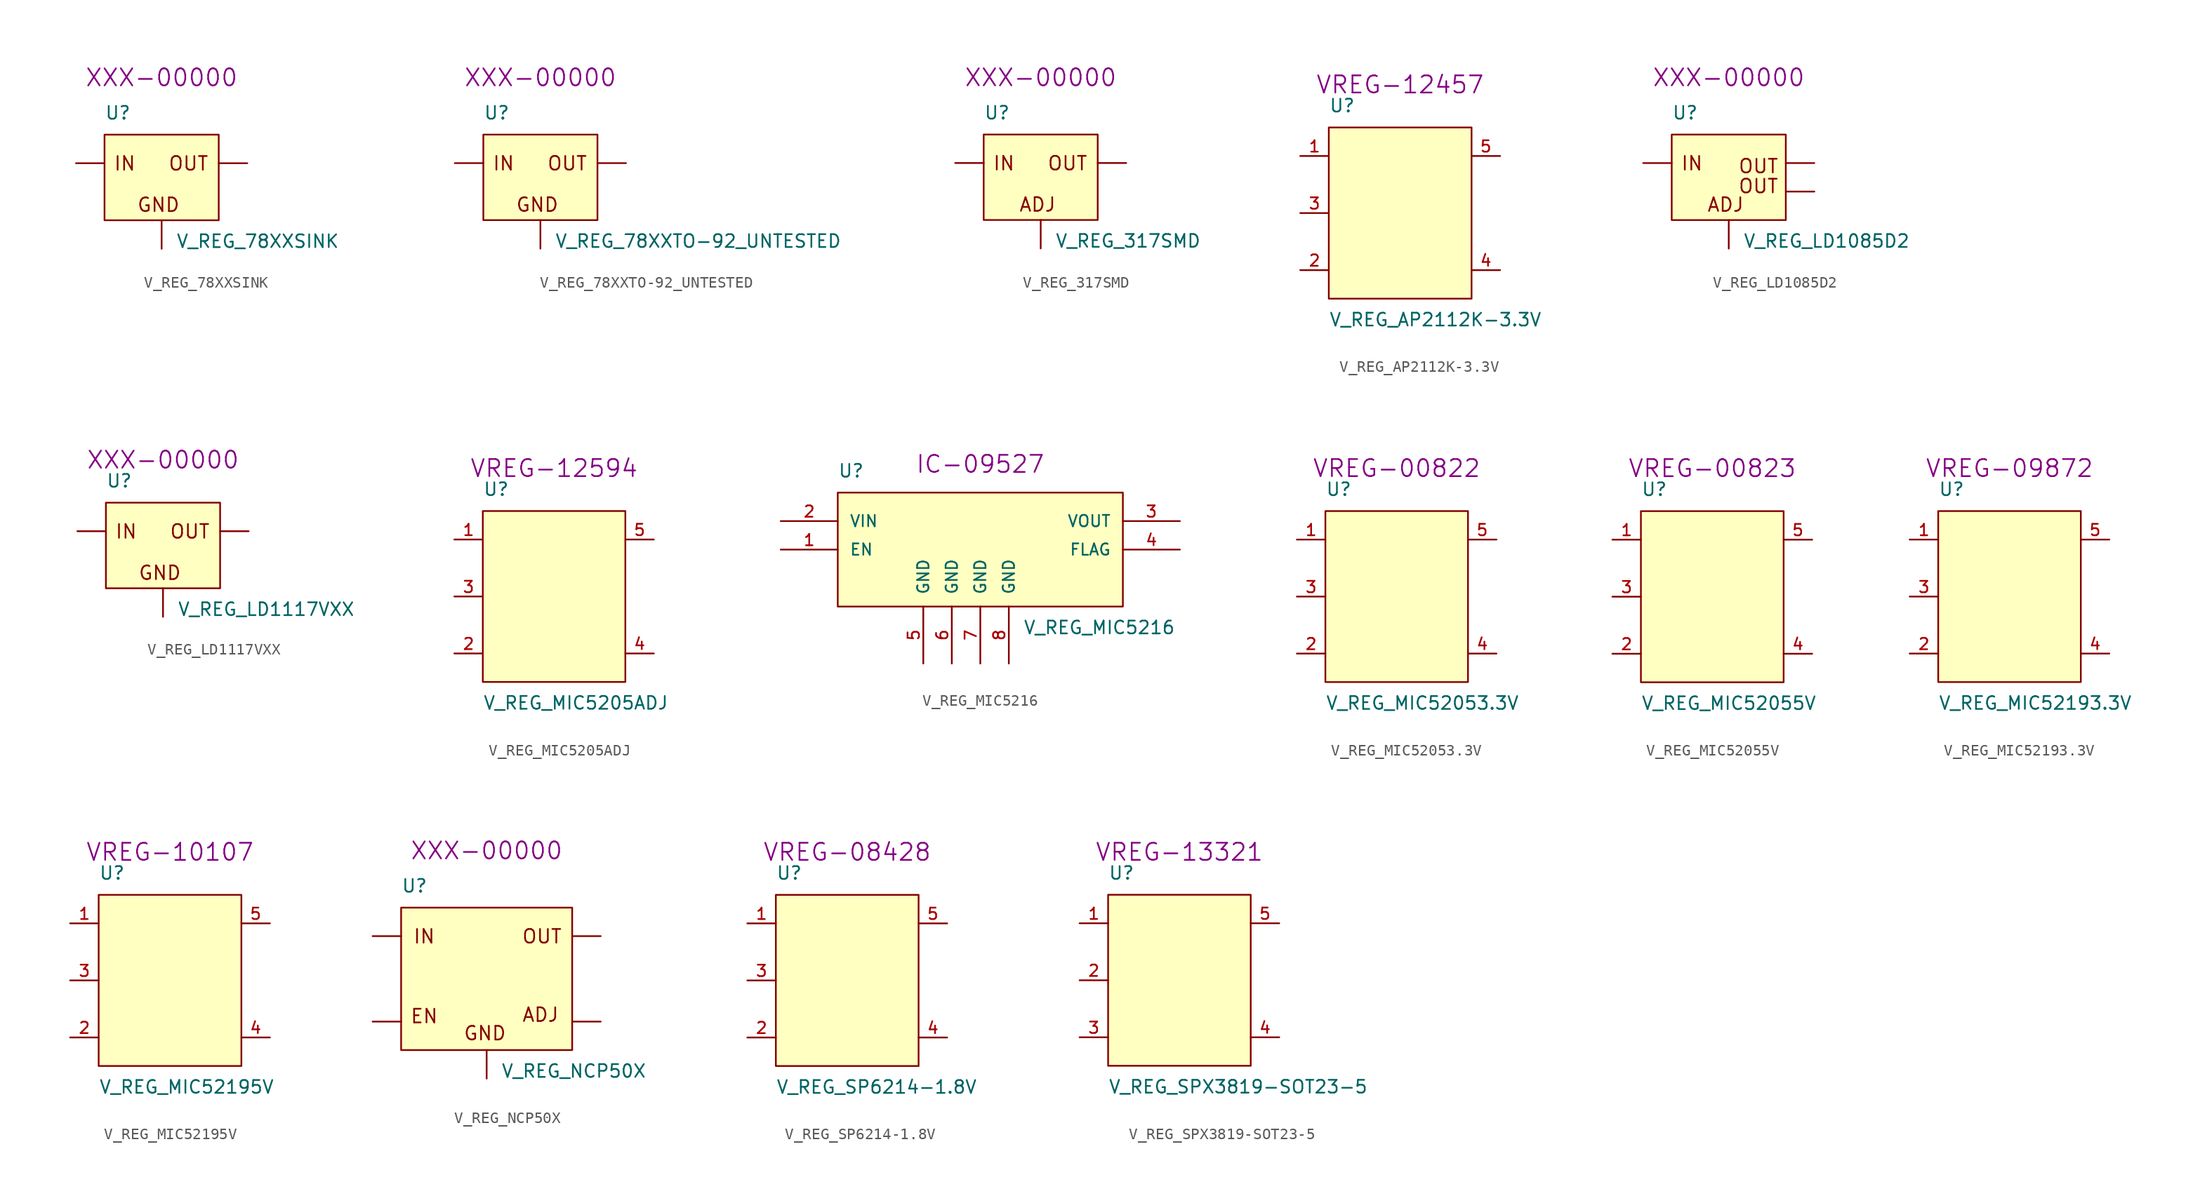
<source format=kicad_sym>
(kicad_symbol_lib
  (version 20201005)
  (generator kicad_symbol_editor)
  (symbol "V_REG_78XXSINK"
    (pin_numbers hide)
    (pin_names
      (offset 1.016) hide)
    (property "Reference" "U"
      (at -5.08 3.81 0)
      (effects (font (size 1.143 1.143)) (justify left bottom)))
    (property "Value" "V_REG_78XXSINK"
      (at 1.27 -7.62 0)
      (effects (font (size 1.143 1.143)) (justify left bottom)))
    (property "Field4" "XXX-00000"
      (at 0 7.62 0)
      (effects (font (size 1.524 1.524))))
    (property "ki_locked" ""
      (at 0 0 0)
      (effects (font (size 1.27 1.27))))
    (symbol "V_REG_78XXSINK_1_0"
      (text "GND" (at -0.279 -3.708 0) (effects (font (size 1.219 1.219))))
      (text "IN" (at -3.277 -0.025 0) (effects (font (size 1.219 1.219))))
      (text "OUT" (at 2.388 -0.025 0) (effects (font (size 1.219 1.219)))))
    (symbol "V_REG_78XXSINK_1_1"
      (polyline (pts (xy -5.08 -5.08) (xy 5.08 -5.08) (xy 5.08 2.54) (xy -5.08 2.54) (xy -5.08 -5.08)) (stroke (width 0)) (fill (type background)))
      (pin input line (at -7.62 0 0) (length 2.54) (name "IN" (effects (font (size 1.016 1.016)))) (number "IN" (effects (font (size 1.016 1.016)))))
      (pin input line (at 0 -7.62 90) (length 2.54) (name "GND" (effects (font (size 1.016 1.016)))) (number "GND" (effects (font (size 1.016 1.016)))))
      (pin passive line (at 7.62 0 180) (length 2.54) (name "OUT" (effects (font (size 1.016 1.016)))) (number "OUT" (effects (font (size 1.016 1.016)))))))
  (symbol "V_REG_78XXTO-92_UNTESTED"
    (pin_numbers hide)
    (pin_names
      (offset 1.016) hide)
    (property "Reference" "U"
      (at -5.08 3.81 0)
      (effects (font (size 1.143 1.143)) (justify left bottom)))
    (property "Value" "V_REG_78XXTO-92_UNTESTED"
      (at 1.27 -7.62 0)
      (effects (font (size 1.143 1.143)) (justify left bottom)))
    (property "Field4" "XXX-00000"
      (at 0 7.62 0)
      (effects (font (size 1.524 1.524))))
    (property "ki_locked" ""
      (at 0 0 0)
      (effects (font (size 1.27 1.27))))
    (symbol "V_REG_78XXTO-92_UNTESTED_1_0"
      (text "GND" (at -0.279 -3.708 0) (effects (font (size 1.219 1.219))))
      (text "IN" (at -3.277 -0.025 0) (effects (font (size 1.219 1.219))))
      (text "OUT" (at 2.388 -0.025 0) (effects (font (size 1.219 1.219)))))
    (symbol "V_REG_78XXTO-92_UNTESTED_1_1"
      (polyline (pts (xy -5.08 -5.08) (xy 5.08 -5.08) (xy 5.08 2.54) (xy -5.08 2.54) (xy -5.08 -5.08)) (stroke (width 0)) (fill (type background)))
      (pin passive line (at 7.62 0 180) (length 2.54) (name "OUT" (effects (font (size 1.016 1.016)))) (number "1" (effects (font (size 1.016 1.016)))))
      (pin input line (at 0 -7.62 90) (length 2.54) (name "GND" (effects (font (size 1.016 1.016)))) (number "2" (effects (font (size 1.016 1.016)))))
      (pin input line (at -7.62 0 0) (length 2.54) (name "IN" (effects (font (size 1.016 1.016)))) (number "3" (effects (font (size 1.016 1.016)))))))
  (symbol "V_REG_317SMD"
    (pin_numbers hide)
    (pin_names
      (offset 1.016) hide)
    (property "Reference" "U"
      (at -5.08 3.81 0)
      (effects (font (size 1.143 1.143)) (justify left bottom)))
    (property "Value" "V_REG_317SMD"
      (at 1.27 -7.62 0)
      (effects (font (size 1.143 1.143)) (justify left bottom)))
    (property "Field4" "XXX-00000"
      (at 0 7.62 0)
      (effects (font (size 1.524 1.524))))
    (property "ki_locked" ""
      (at 0 0 0)
      (effects (font (size 1.27 1.27))))
    (symbol "V_REG_317SMD_1_0"
      (text "ADJ" (at -0.279 -3.708 0) (effects (font (size 1.219 1.219))))
      (text "IN" (at -3.277 -0.025 0) (effects (font (size 1.219 1.219))))
      (text "OUT" (at 2.388 -0.025 0) (effects (font (size 1.219 1.219)))))
    (symbol "V_REG_317SMD_1_1"
      (polyline (pts (xy -5.08 -5.08) (xy 5.08 -5.08) (xy 5.08 2.54) (xy -5.08 2.54) (xy -5.08 -5.08)) (stroke (width 0)) (fill (type background)))
      (pin input line (at 0 -7.62 90) (length 2.54) (name "ADJ" (effects (font (size 1.016 1.016)))) (number "1" (effects (font (size 1.016 1.016)))))
      (pin output line (at 7.62 0 180) (length 2.54) (name "OUT" (effects (font (size 1.016 1.016)))) (number "2" (effects (font (size 1.016 1.016)))))
      (pin input line (at -7.62 0 0) (length 2.54) (name "IN" (effects (font (size 1.016 1.016)))) (number "3" (effects (font (size 1.016 1.016)))))))
  (symbol "V_REG_AP2112K-3.3V"
    (pin_names
      (offset 1.016) hide)
    (property "Reference" "U"
      (at -6.35 8.89 0)
      (effects (font (size 1.143 1.143)) (justify left bottom)))
    (property "Value" "V_REG_AP2112K-3.3V"
      (at -6.35 -10.16 0)
      (effects (font (size 1.143 1.143)) (justify left bottom)))
    (property "Field4" "VREG-12457"
      (at 0 11.43 0)
      (effects (font (size 1.524 1.524))))
    (property "ki_locked" ""
      (at 0 0 0)
      (effects (font (size 1.27 1.27))))
    (symbol "V_REG_AP2112K-3.3V_1_1"
      (polyline (pts (xy -6.35 -7.62) (xy 6.35 -7.62) (xy 6.35 7.62) (xy -6.35 7.62) (xy -6.35 -7.62)) (stroke (width 0)) (fill (type background)))
      (pin input line (at -8.89 5.08 0) (length 2.54) (name "IN" (effects (font (size 1.016 1.016)))) (number "1" (effects (font (size 1.016 1.016)))))
      (pin input line (at -8.89 -5.08 0) (length 2.54) (name "GND" (effects (font (size 1.016 1.016)))) (number "2" (effects (font (size 1.016 1.016)))))
      (pin input line (at -8.89 0 0) (length 2.54) (name "EN" (effects (font (size 1.016 1.016)))) (number "3" (effects (font (size 1.016 1.016)))))
      (pin unspecified line (at 8.89 -5.08 180) (length 2.54) (name "NC" (effects (font (size 1.016 1.016)))) (number "4" (effects (font (size 1.016 1.016)))))
      (pin passive line (at 8.89 5.08 180) (length 2.54) (name "OUT" (effects (font (size 1.016 1.016)))) (number "5" (effects (font (size 1.016 1.016)))))))
  (symbol "V_REG_LD1085D2"
    (pin_numbers hide)
    (pin_names
      (offset 1.016) hide)
    (property "Reference" "U"
      (at -5.08 3.81 0)
      (effects (font (size 1.143 1.143)) (justify left bottom)))
    (property "Value" "V_REG_LD1085D2"
      (at 1.27 -7.62 0)
      (effects (font (size 1.143 1.143)) (justify left bottom)))
    (property "Field4" "XXX-00000"
      (at 0 7.62 0)
      (effects (font (size 1.524 1.524))))
    (property "ki_locked" ""
      (at 0 0 0)
      (effects (font (size 1.27 1.27))))
    (symbol "V_REG_LD1085D2_1_0"
      (text "ADJ" (at -0.279 -3.708 0) (effects (font (size 1.219 1.219))))
      (text "IN" (at -3.277 -0.025 0) (effects (font (size 1.219 1.219))))
      (text "OUT" (at 2.642 -2.057 0) (effects (font (size 1.219 1.219))))
      (text "OUT" (at 2.642 -0.279 0) (effects (font (size 1.219 1.219)))))
    (symbol "V_REG_LD1085D2_1_1"
      (polyline (pts (xy -5.08 -5.08) (xy 5.08 -5.08) (xy 5.08 2.54) (xy -5.08 2.54) (xy -5.08 -5.08)) (stroke (width 0)) (fill (type background)))
      (pin input line (at 0 -7.62 90) (length 2.54) (name "ADJ" (effects (font (size 1.016 1.016)))) (number "1" (effects (font (size 1.016 1.016)))))
      (pin output line (at 7.62 0 180) (length 2.54) (name "OUT" (effects (font (size 1.016 1.016)))) (number "2" (effects (font (size 1.016 1.016)))))
      (pin input line (at -7.62 0 0) (length 2.54) (name "IN" (effects (font (size 1.016 1.016)))) (number "3" (effects (font (size 1.016 1.016)))))
      (pin output line (at 7.62 -2.54 180) (length 2.54) (name "OUT" (effects (font (size 1.016 1.016)))) (number "TAB" (effects (font (size 1.016 1.016)))))))
  (symbol "V_REG_LD1117VXX"
    (pin_numbers hide)
    (pin_names
      (offset 1.016) hide)
    (property "Reference" "U"
      (at -5.08 3.81 0)
      (effects (font (size 1.143 1.143)) (justify left bottom)))
    (property "Value" "V_REG_LD1117VXX"
      (at 1.27 -7.62 0)
      (effects (font (size 1.143 1.143)) (justify left bottom)))
    (property "Field4" "XXX-00000"
      (at 0 6.35 0)
      (effects (font (size 1.524 1.524))))
    (property "ki_locked" ""
      (at 0 0 0)
      (effects (font (size 1.27 1.27))))
    (symbol "V_REG_LD1117VXX_1_0"
      (text "GND" (at -0.279 -3.708 0) (effects (font (size 1.219 1.219))))
      (text "IN" (at -3.277 -0.025 0) (effects (font (size 1.219 1.219))))
      (text "OUT" (at 2.388 -0.025 0) (effects (font (size 1.219 1.219)))))
    (symbol "V_REG_LD1117VXX_1_1"
      (polyline (pts (xy -5.08 -5.08) (xy 5.08 -5.08) (xy 5.08 2.54) (xy -5.08 2.54) (xy -5.08 -5.08)) (stroke (width 0)) (fill (type background)))
      (pin input line (at 0 -7.62 90) (length 2.54) (name "GND" (effects (font (size 1.016 1.016)))) (number "IN" (effects (font (size 1.016 1.016)))))
      (pin passive line (at 7.62 0 180) (length 2.54) (name "OUT" (effects (font (size 1.016 1.016)))) (number "GND" (effects (font (size 1.016 1.016)))))
      (pin input line (at -7.62 0 0) (length 2.54) (name "IN" (effects (font (size 1.016 1.016)))) (number "OUT" (effects (font (size 1.016 1.016)))))))
  (symbol "V_REG_MIC5205ADJ"
    (pin_names
      (offset 1.016) hide)
    (property "Reference" "U"
      (at -6.35 8.89 0)
      (effects (font (size 1.143 1.143)) (justify left bottom)))
    (property "Value" "V_REG_MIC5205ADJ"
      (at -6.35 -10.16 0)
      (effects (font (size 1.143 1.143)) (justify left bottom)))
    (property "Field4" "VREG-12594"
      (at 0 11.43 0)
      (effects (font (size 1.524 1.524))))
    (property "ki_locked" ""
      (at 0 0 0)
      (effects (font (size 1.27 1.27))))
    (symbol "V_REG_MIC5205ADJ_1_1"
      (polyline (pts (xy -6.35 -7.62) (xy 6.35 -7.62) (xy 6.35 7.62) (xy -6.35 7.62) (xy -6.35 -7.62)) (stroke (width 0)) (fill (type background)))
      (pin input line (at -8.89 5.08 0) (length 2.54) (name "IN" (effects (font (size 1.016 1.016)))) (number "1" (effects (font (size 1.016 1.016)))))
      (pin input line (at -8.89 -5.08 0) (length 2.54) (name "GND" (effects (font (size 1.016 1.016)))) (number "2" (effects (font (size 1.016 1.016)))))
      (pin input line (at -8.89 0 0) (length 2.54) (name "EN" (effects (font (size 1.016 1.016)))) (number "3" (effects (font (size 1.016 1.016)))))
      (pin input line (at 8.89 -5.08 180) (length 2.54) (name "BP" (effects (font (size 1.016 1.016)))) (number "4" (effects (font (size 1.016 1.016)))))
      (pin passive line (at 8.89 5.08 180) (length 2.54) (name "OUT" (effects (font (size 1.016 1.016)))) (number "5" (effects (font (size 1.016 1.016)))))))
  (symbol "V_REG_MIC5216"
    (pin_names
      (offset 1.016))
    (property "Reference" "U"
      (at -12.7 6.35 0)
      (effects (font (size 1.143 1.143)) (justify left bottom)))
    (property "Value" "V_REG_MIC5216"
      (at 3.81 -7.62 0)
      (effects (font (size 1.143 1.143)) (justify left bottom)))
    (property "Field4" "IC-09527"
      (at 0 7.62 0)
      (effects (font (size 1.524 1.524))))
    (property "ki_locked" ""
      (at 0 0 0)
      (effects (font (size 1.27 1.27))))
    (symbol "V_REG_MIC5216_1_1"
      (polyline (pts (xy -12.7 5.08) (xy -12.7 -5.08) (xy 12.7 -5.08) (xy 12.7 5.08) (xy -12.7 5.08)) (stroke (width 0)) (fill (type background)))
      (pin bidirectional line (at -17.78 0 0) (length 5.08) (name "EN" (effects (font (size 1.016 1.016)))) (number "1" (effects (font (size 1.016 1.016)))))
      (pin bidirectional line (at -17.78 2.54 0) (length 5.08) (name "VIN" (effects (font (size 1.016 1.016)))) (number "2" (effects (font (size 1.016 1.016)))))
      (pin bidirectional line (at 17.78 2.54 180) (length 5.08) (name "VOUT" (effects (font (size 1.016 1.016)))) (number "3" (effects (font (size 1.016 1.016)))))
      (pin bidirectional line (at 17.78 0 180) (length 5.08) (name "FLAG" (effects (font (size 1.016 1.016)))) (number "4" (effects (font (size 1.016 1.016)))))
      (pin bidirectional line (at -5.08 -10.16 90) (length 5.08) (name "GND" (effects (font (size 1.016 1.016)))) (number "5" (effects (font (size 1.016 1.016)))))
      (pin bidirectional line (at -2.54 -10.16 90) (length 5.08) (name "GND" (effects (font (size 1.016 1.016)))) (number "6" (effects (font (size 1.016 1.016)))))
      (pin bidirectional line (at 0 -10.16 90) (length 5.08) (name "GND" (effects (font (size 1.016 1.016)))) (number "7" (effects (font (size 1.016 1.016)))))
      (pin bidirectional line (at 2.54 -10.16 90) (length 5.08) (name "GND" (effects (font (size 1.016 1.016)))) (number "8" (effects (font (size 1.016 1.016)))))))
  (symbol "V_REG_MIC52053.3V"
    (pin_names
      (offset 1.016) hide)
    (property "Reference" "U"
      (at -6.35 8.89 0)
      (effects (font (size 1.143 1.143)) (justify left bottom)))
    (property "Value" "V_REG_MIC52053.3V"
      (at -6.35 -10.16 0)
      (effects (font (size 1.143 1.143)) (justify left bottom)))
    (property "Field4" "VREG-00822"
      (at 0 11.43 0)
      (effects (font (size 1.524 1.524))))
    (property "ki_locked" ""
      (at 0 0 0)
      (effects (font (size 1.27 1.27))))
    (symbol "V_REG_MIC52053.3V_1_1"
      (polyline (pts (xy -6.35 -7.62) (xy 6.35 -7.62) (xy 6.35 7.62) (xy -6.35 7.62) (xy -6.35 -7.62)) (stroke (width 0)) (fill (type background)))
      (pin input line (at -8.89 5.08 0) (length 2.54) (name "IN" (effects (font (size 1.016 1.016)))) (number "1" (effects (font (size 1.016 1.016)))))
      (pin input line (at -8.89 -5.08 0) (length 2.54) (name "GND" (effects (font (size 1.016 1.016)))) (number "2" (effects (font (size 1.016 1.016)))))
      (pin input line (at -8.89 0 0) (length 2.54) (name "EN" (effects (font (size 1.016 1.016)))) (number "3" (effects (font (size 1.016 1.016)))))
      (pin input line (at 8.89 -5.08 180) (length 2.54) (name "BP" (effects (font (size 1.016 1.016)))) (number "4" (effects (font (size 1.016 1.016)))))
      (pin passive line (at 8.89 5.08 180) (length 2.54) (name "OUT" (effects (font (size 1.016 1.016)))) (number "5" (effects (font (size 1.016 1.016)))))))
  (symbol "V_REG_MIC52055V"
    (pin_names
      (offset 1.016) hide)
    (property "Reference" "U"
      (at -6.35 8.89 0)
      (effects (font (size 1.143 1.143)) (justify left bottom)))
    (property "Value" "V_REG_MIC52055V"
      (at -6.35 -10.16 0)
      (effects (font (size 1.143 1.143)) (justify left bottom)))
    (property "Field4" "VREG-00823"
      (at 0 11.43 0)
      (effects (font (size 1.524 1.524))))
    (property "ki_locked" ""
      (at 0 0 0)
      (effects (font (size 1.27 1.27))))
    (symbol "V_REG_MIC52055V_1_1"
      (polyline (pts (xy -6.35 -7.62) (xy 6.35 -7.62) (xy 6.35 7.62) (xy -6.35 7.62) (xy -6.35 -7.62)) (stroke (width 0)) (fill (type background)))
      (pin input line (at -8.89 5.08 0) (length 2.54) (name "IN" (effects (font (size 1.016 1.016)))) (number "1" (effects (font (size 1.016 1.016)))))
      (pin input line (at -8.89 -5.08 0) (length 2.54) (name "GND" (effects (font (size 1.016 1.016)))) (number "2" (effects (font (size 1.016 1.016)))))
      (pin input line (at -8.89 0 0) (length 2.54) (name "EN" (effects (font (size 1.016 1.016)))) (number "3" (effects (font (size 1.016 1.016)))))
      (pin input line (at 8.89 -5.08 180) (length 2.54) (name "BP" (effects (font (size 1.016 1.016)))) (number "4" (effects (font (size 1.016 1.016)))))
      (pin passive line (at 8.89 5.08 180) (length 2.54) (name "OUT" (effects (font (size 1.016 1.016)))) (number "5" (effects (font (size 1.016 1.016)))))))
  (symbol "V_REG_MIC52193.3V"
    (pin_names
      (offset 1.016) hide)
    (property "Reference" "U"
      (at -6.35 8.89 0)
      (effects (font (size 1.143 1.143)) (justify left bottom)))
    (property "Value" "V_REG_MIC52193.3V"
      (at -6.35 -10.16 0)
      (effects (font (size 1.143 1.143)) (justify left bottom)))
    (property "Field4" "VREG-09872"
      (at 0 11.43 0)
      (effects (font (size 1.524 1.524))))
    (property "ki_locked" ""
      (at 0 0 0)
      (effects (font (size 1.27 1.27))))
    (symbol "V_REG_MIC52193.3V_1_1"
      (polyline (pts (xy -6.35 -7.62) (xy 6.35 -7.62) (xy 6.35 7.62) (xy -6.35 7.62) (xy -6.35 -7.62)) (stroke (width 0)) (fill (type background)))
      (pin input line (at -8.89 5.08 0) (length 2.54) (name "IN" (effects (font (size 1.016 1.016)))) (number "1" (effects (font (size 1.016 1.016)))))
      (pin input line (at -8.89 -5.08 0) (length 2.54) (name "GND" (effects (font (size 1.016 1.016)))) (number "2" (effects (font (size 1.016 1.016)))))
      (pin input line (at -8.89 0 0) (length 2.54) (name "EN" (effects (font (size 1.016 1.016)))) (number "3" (effects (font (size 1.016 1.016)))))
      (pin input line (at 8.89 -5.08 180) (length 2.54) (name "BP" (effects (font (size 1.016 1.016)))) (number "4" (effects (font (size 1.016 1.016)))))
      (pin passive line (at 8.89 5.08 180) (length 2.54) (name "OUT" (effects (font (size 1.016 1.016)))) (number "5" (effects (font (size 1.016 1.016)))))))
  (symbol "V_REG_MIC52195V"
    (pin_names
      (offset 1.016) hide)
    (property "Reference" "U"
      (at -6.35 8.89 0)
      (effects (font (size 1.143 1.143)) (justify left bottom)))
    (property "Value" "V_REG_MIC52195V"
      (at -6.35 -10.16 0)
      (effects (font (size 1.143 1.143)) (justify left bottom)))
    (property "Field4" "VREG-10107"
      (at 0 11.43 0)
      (effects (font (size 1.524 1.524))))
    (property "ki_locked" ""
      (at 0 0 0)
      (effects (font (size 1.27 1.27))))
    (symbol "V_REG_MIC52195V_1_1"
      (polyline (pts (xy -6.35 -7.62) (xy 6.35 -7.62) (xy 6.35 7.62) (xy -6.35 7.62) (xy -6.35 -7.62)) (stroke (width 0)) (fill (type background)))
      (pin input line (at -8.89 5.08 0) (length 2.54) (name "IN" (effects (font (size 1.016 1.016)))) (number "1" (effects (font (size 1.016 1.016)))))
      (pin input line (at -8.89 -5.08 0) (length 2.54) (name "GND" (effects (font (size 1.016 1.016)))) (number "2" (effects (font (size 1.016 1.016)))))
      (pin input line (at -8.89 0 0) (length 2.54) (name "EN" (effects (font (size 1.016 1.016)))) (number "3" (effects (font (size 1.016 1.016)))))
      (pin input line (at 8.89 -5.08 180) (length 2.54) (name "BP" (effects (font (size 1.016 1.016)))) (number "4" (effects (font (size 1.016 1.016)))))
      (pin passive line (at 8.89 5.08 180) (length 2.54) (name "OUT" (effects (font (size 1.016 1.016)))) (number "5" (effects (font (size 1.016 1.016)))))))
  (symbol "V_REG_NCP50X"
    (pin_numbers hide)
    (pin_names
      (offset 1.016) hide)
    (property "Reference" "U"
      (at -7.62 7.62 0)
      (effects (font (size 1.143 1.143)) (justify left bottom)))
    (property "Value" "V_REG_NCP50X"
      (at 1.27 -8.89 0)
      (effects (font (size 1.143 1.143)) (justify left bottom)))
    (property "Field4" "XXX-00000"
      (at 0 11.43 0)
      (effects (font (size 1.524 1.524))))
    (property "ki_locked" ""
      (at 0 0 0)
      (effects (font (size 1.27 1.27))))
    (symbol "V_REG_NCP50X_1_0"
      (text "ADJ" (at 4.801 -3.2 0) (effects (font (size 1.219 1.219))))
      (text "EN" (at -5.563 -3.327 0) (effects (font (size 1.219 1.219))))
      (text "GND" (at -0.152 -4.851 0) (effects (font (size 1.219 1.219))))
      (text "IN" (at -5.563 3.785 0) (effects (font (size 1.219 1.219))))
      (text "OUT" (at 4.928 3.785 0) (effects (font (size 1.219 1.219)))))
    (symbol "V_REG_NCP50X_1_1"
      (polyline (pts (xy -7.62 -6.35) (xy 7.62 -6.35) (xy 7.62 6.35) (xy -7.62 6.35) (xy -7.62 -6.35)) (stroke (width 0)) (fill (type background)))
      (pin bidirectional line (at -10.16 -3.81 0) (length 2.54) (name "EN" (effects (font (size 1.016 1.016)))) (number "EN" (effects (font (size 1.016 1.016)))))
      (pin bidirectional line (at 0 -8.89 90) (length 2.54) (name "GND" (effects (font (size 1.016 1.016)))) (number "GND" (effects (font (size 1.016 1.016)))))
      (pin input line (at 10.16 -3.81 180) (length 2.54) (name "ADJ" (effects (font (size 1.016 1.016)))) (number "ADJ" (effects (font (size 1.016 1.016)))))
      (pin input line (at -10.16 3.81 0) (length 2.54) (name "IN" (effects (font (size 1.016 1.016)))) (number "VIN" (effects (font (size 1.016 1.016)))))
      (pin output line (at 10.16 3.81 180) (length 2.54) (name "OUT" (effects (font (size 1.016 1.016)))) (number "VOUT" (effects (font (size 1.016 1.016)))))))
  (symbol "V_REG_SP6214-1.8V"
    (pin_names
      (offset 1.016) hide)
    (property "Reference" "U"
      (at -6.35 8.89 0)
      (effects (font (size 1.143 1.143)) (justify left bottom)))
    (property "Value" "V_REG_SP6214-1.8V"
      (at -6.35 -10.16 0)
      (effects (font (size 1.143 1.143)) (justify left bottom)))
    (property "Field4" "VREG-08428"
      (at 0 11.43 0)
      (effects (font (size 1.524 1.524))))
    (property "ki_locked" ""
      (at 0 0 0)
      (effects (font (size 1.27 1.27))))
    (symbol "V_REG_SP6214-1.8V_1_1"
      (polyline (pts (xy -6.35 -7.62) (xy 6.35 -7.62) (xy 6.35 7.62) (xy -6.35 7.62) (xy -6.35 -7.62)) (stroke (width 0)) (fill (type background)))
      (pin input line (at -8.89 5.08 0) (length 2.54) (name "IN" (effects (font (size 1.016 1.016)))) (number "1" (effects (font (size 1.016 1.016)))))
      (pin input line (at -8.89 -5.08 0) (length 2.54) (name "GND" (effects (font (size 1.016 1.016)))) (number "2" (effects (font (size 1.016 1.016)))))
      (pin input line (at -8.89 0 0) (length 2.54) (name "EN" (effects (font (size 1.016 1.016)))) (number "3" (effects (font (size 1.016 1.016)))))
      (pin unspecified line (at 8.89 -5.08 180) (length 2.54) (name "NC" (effects (font (size 1.016 1.016)))) (number "4" (effects (font (size 1.016 1.016)))))
      (pin passive line (at 8.89 5.08 180) (length 2.54) (name "OUT" (effects (font (size 1.016 1.016)))) (number "5" (effects (font (size 1.016 1.016)))))))
  (symbol "V_REG_SPX3819-SOT23-5"
    (pin_names
      (offset 1.016) hide)
    (property "Reference" "U"
      (at -6.35 8.89 0)
      (effects (font (size 1.143 1.143)) (justify left bottom)))
    (property "Value" "V_REG_SPX3819-SOT23-5"
      (at -6.35 -10.16 0)
      (effects (font (size 1.143 1.143)) (justify left bottom)))
    (property "Field4" "VREG-13321"
      (at 0 11.43 0)
      (effects (font (size 1.524 1.524))))
    (property "ki_locked" ""
      (at 0 0 0)
      (effects (font (size 1.27 1.27))))
    (symbol "V_REG_SPX3819-SOT23-5_1_1"
      (polyline (pts (xy -6.35 -7.62) (xy 6.35 -7.62) (xy 6.35 7.62) (xy -6.35 7.62) (xy -6.35 -7.62)) (stroke (width 0)) (fill (type background)))
      (pin input line (at -8.89 5.08 0) (length 2.54) (name "IN" (effects (font (size 1.016 1.016)))) (number "1" (effects (font (size 1.016 1.016)))))
      (pin input line (at -8.89 0 0) (length 2.54) (name "GND" (effects (font (size 1.016 1.016)))) (number "2" (effects (font (size 1.016 1.016)))))
      (pin input line (at -8.89 -5.08 0) (length 2.54) (name "EN" (effects (font (size 1.016 1.016)))) (number "3" (effects (font (size 1.016 1.016)))))
      (pin input line (at 8.89 -5.08 180) (length 2.54) (name "BP" (effects (font (size 1.016 1.016)))) (number "4" (effects (font (size 1.016 1.016)))))
      (pin passive line (at 8.89 5.08 180) (length 2.54) (name "OUT" (effects (font (size 1.016 1.016)))) (number "5" (effects (font (size 1.016 1.016))))))))
</source>
